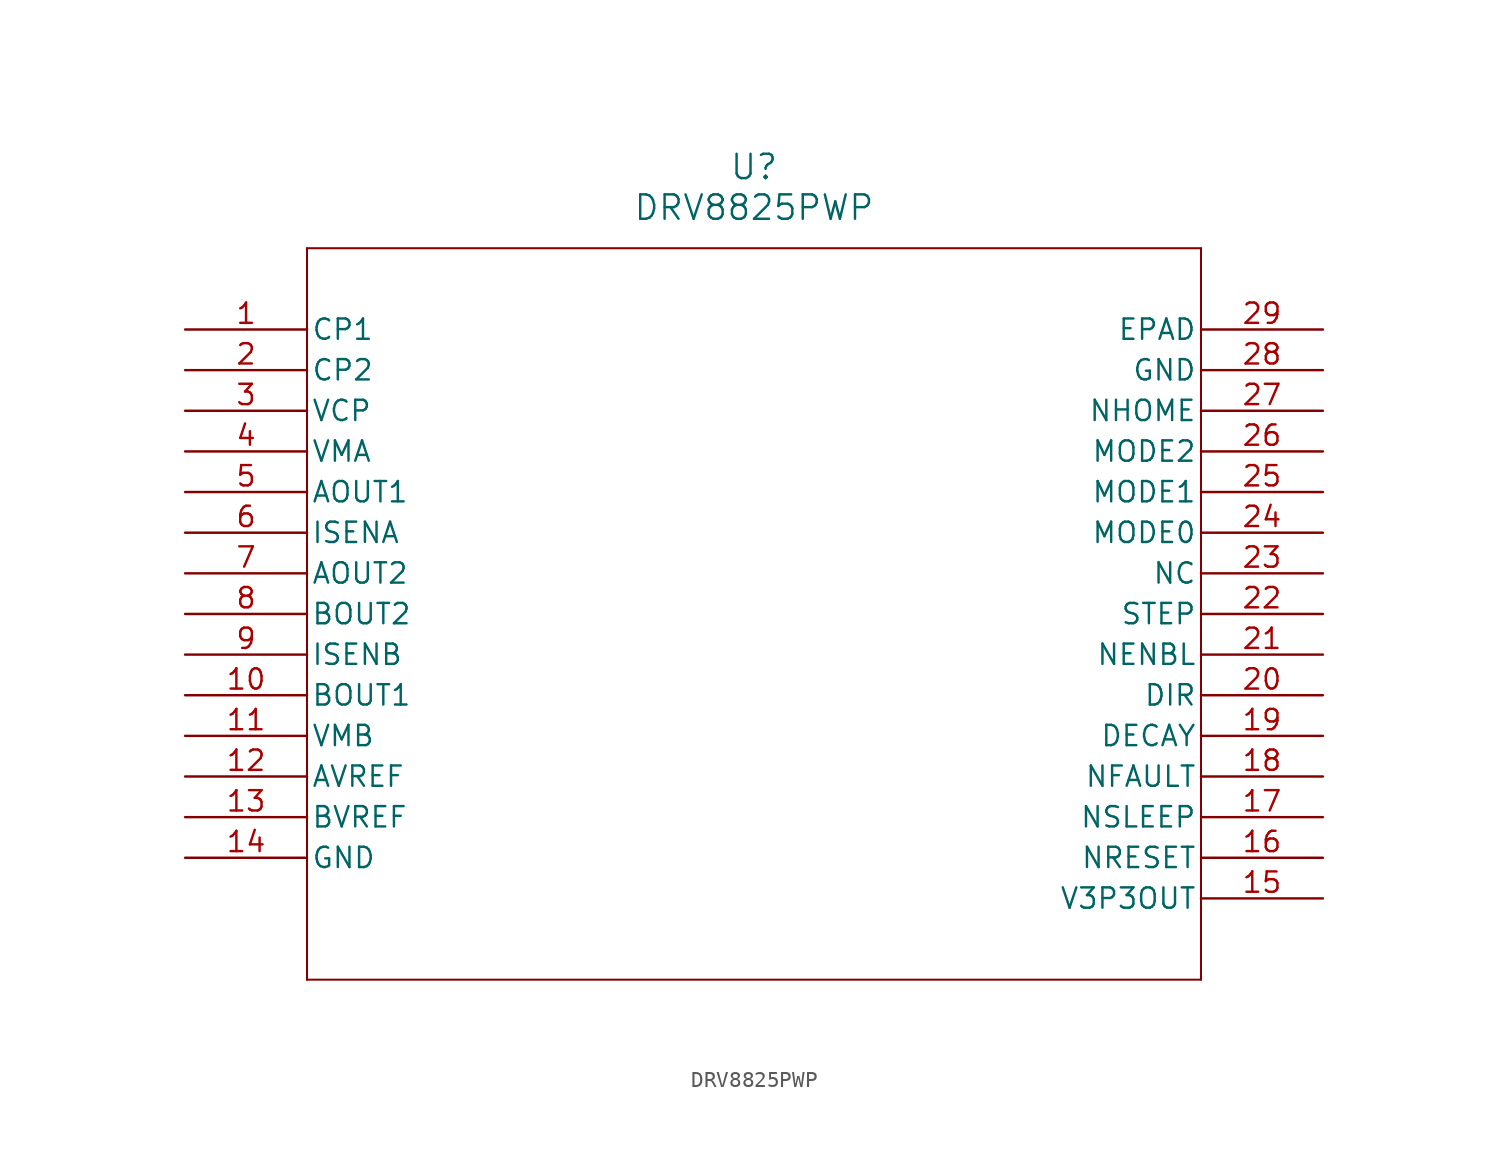
<source format=kicad_sym>
(kicad_symbol_lib
  (version 20211014)
  (generator kicad_symbol_editor)
  (symbol "DRV8825PWP"
    (pin_names
      (offset 0.254))
    (property "Reference" "U"
      (at 35.56 10.16 0)
      (effects (font (size 1.524 1.524))))
    (property "Value" "DRV8825PWP"
      (at 35.56 7.62 0)
      (effects (font (size 1.524 1.524))))
    (symbol "DRV8825PWP_0_1"
      (polyline (pts (xy 7.62 5.08) (xy 7.62 -40.64)) (stroke (width 0.127) (type default) (color 0 0 0 0)) (fill (type none)))
      (polyline (pts (xy 7.62 -40.64) (xy 63.5 -40.64)) (stroke (width 0.127) (type default) (color 0 0 0 0)) (fill (type none)))
      (polyline (pts (xy 63.5 -40.64) (xy 63.5 5.08)) (stroke (width 0.127) (type default) (color 0 0 0 0)) (fill (type none)))
      (polyline (pts (xy 63.5 5.08) (xy 7.62 5.08)) (stroke (width 0.127) (type default) (color 0 0 0 0)) (fill (type none)))
      (pin bidirectional line (at 0 0 0) (length 7.62) (name "CP1" (effects (font (size 1.27 1.27)))) (number "1" (effects (font (size 1.27 1.27)))))
      (pin bidirectional line (at 0 -2.54 0) (length 7.62) (name "CP2" (effects (font (size 1.27 1.27)))) (number "2" (effects (font (size 1.27 1.27)))))
      (pin bidirectional line (at 0 -5.08 0) (length 7.62) (name "VCP" (effects (font (size 1.27 1.27)))) (number "3" (effects (font (size 1.27 1.27)))))
      (pin power_in line (at 0 -7.62 0) (length 7.62) (name "VMA" (effects (font (size 1.27 1.27)))) (number "4" (effects (font (size 1.27 1.27)))))
      (pin output line (at 0 -10.16 0) (length 7.62) (name "AOUT1" (effects (font (size 1.27 1.27)))) (number "5" (effects (font (size 1.27 1.27)))))
      (pin bidirectional line (at 0 -12.7 0) (length 7.62) (name "ISENA" (effects (font (size 1.27 1.27)))) (number "6" (effects (font (size 1.27 1.27)))))
      (pin output line (at 0 -15.24 0) (length 7.62) (name "AOUT2" (effects (font (size 1.27 1.27)))) (number "7" (effects (font (size 1.27 1.27)))))
      (pin output line (at 0 -17.78 0) (length 7.62) (name "BOUT2" (effects (font (size 1.27 1.27)))) (number "8" (effects (font (size 1.27 1.27)))))
      (pin bidirectional line (at 0 -20.32 0) (length 7.62) (name "ISENB" (effects (font (size 1.27 1.27)))) (number "9" (effects (font (size 1.27 1.27)))))
      (pin output line (at 0 -22.86 0) (length 7.62) (name "BOUT1" (effects (font (size 1.27 1.27)))) (number "10" (effects (font (size 1.27 1.27)))))
      (pin power_in line (at 0 -25.4 0) (length 7.62) (name "VMB" (effects (font (size 1.27 1.27)))) (number "11" (effects (font (size 1.27 1.27)))))
      (pin input line (at 0 -27.94 0) (length 7.62) (name "AVREF" (effects (font (size 1.27 1.27)))) (number "12" (effects (font (size 1.27 1.27)))))
      (pin input line (at 0 -30.48 0) (length 7.62) (name "BVREF" (effects (font (size 1.27 1.27)))) (number "13" (effects (font (size 1.27 1.27)))))
      (pin power_in line (at 0 -33.02 0) (length 7.62) (name "GND" (effects (font (size 1.27 1.27)))) (number "14" (effects (font (size 1.27 1.27)))))
      (pin output line (at 71.12 -35.56 180) (length 7.62) (name "V3P3OUT" (effects (font (size 1.27 1.27)))) (number "15" (effects (font (size 1.27 1.27)))))
      (pin input line (at 71.12 -33.02 180) (length 7.62) (name "NRESET" (effects (font (size 1.27 1.27)))) (number "16" (effects (font (size 1.27 1.27)))))
      (pin input line (at 71.12 -30.48 180) (length 7.62) (name "NSLEEP" (effects (font (size 1.27 1.27)))) (number "17" (effects (font (size 1.27 1.27)))))
      (pin output line (at 71.12 -27.94 180) (length 7.62) (name "NFAULT" (effects (font (size 1.27 1.27)))) (number "18" (effects (font (size 1.27 1.27)))))
      (pin input line (at 71.12 -25.4 180) (length 7.62) (name "DECAY" (effects (font (size 1.27 1.27)))) (number "19" (effects (font (size 1.27 1.27)))))
      (pin input line (at 71.12 -22.86 180) (length 7.62) (name "DIR" (effects (font (size 1.27 1.27)))) (number "20" (effects (font (size 1.27 1.27)))))
      (pin input line (at 71.12 -20.32 180) (length 7.62) (name "NENBL" (effects (font (size 1.27 1.27)))) (number "21" (effects (font (size 1.27 1.27)))))
      (pin input line (at 71.12 -17.78 180) (length 7.62) (name "STEP" (effects (font (size 1.27 1.27)))) (number "22" (effects (font (size 1.27 1.27)))))
      (pin unspecified line (at 71.12 -15.24 180) (length 7.62) (name "NC" (effects (font (size 1.27 1.27)))) (number "23" (effects (font (size 1.27 1.27)))))
      (pin input line (at 71.12 -12.7 180) (length 7.62) (name "MODE0" (effects (font (size 1.27 1.27)))) (number "24" (effects (font (size 1.27 1.27)))))
      (pin input line (at 71.12 -10.16 180) (length 7.62) (name "MODE1" (effects (font (size 1.27 1.27)))) (number "25" (effects (font (size 1.27 1.27)))))
      (pin input line (at 71.12 -7.62 180) (length 7.62) (name "MODE2" (effects (font (size 1.27 1.27)))) (number "26" (effects (font (size 1.27 1.27)))))
      (pin output line (at 71.12 -5.08 180) (length 7.62) (name "NHOME" (effects (font (size 1.27 1.27)))) (number "27" (effects (font (size 1.27 1.27)))))
      (pin power_in line (at 71.12 -2.54 180) (length 7.62) (name "GND" (effects (font (size 1.27 1.27)))) (number "28" (effects (font (size 1.27 1.27)))))
      (pin unspecified line (at 71.12 0 180) (length 7.62) (name "EPAD" (effects (font (size 1.27 1.27)))) (number "29" (effects (font (size 1.27 1.27))))))))
</source>
